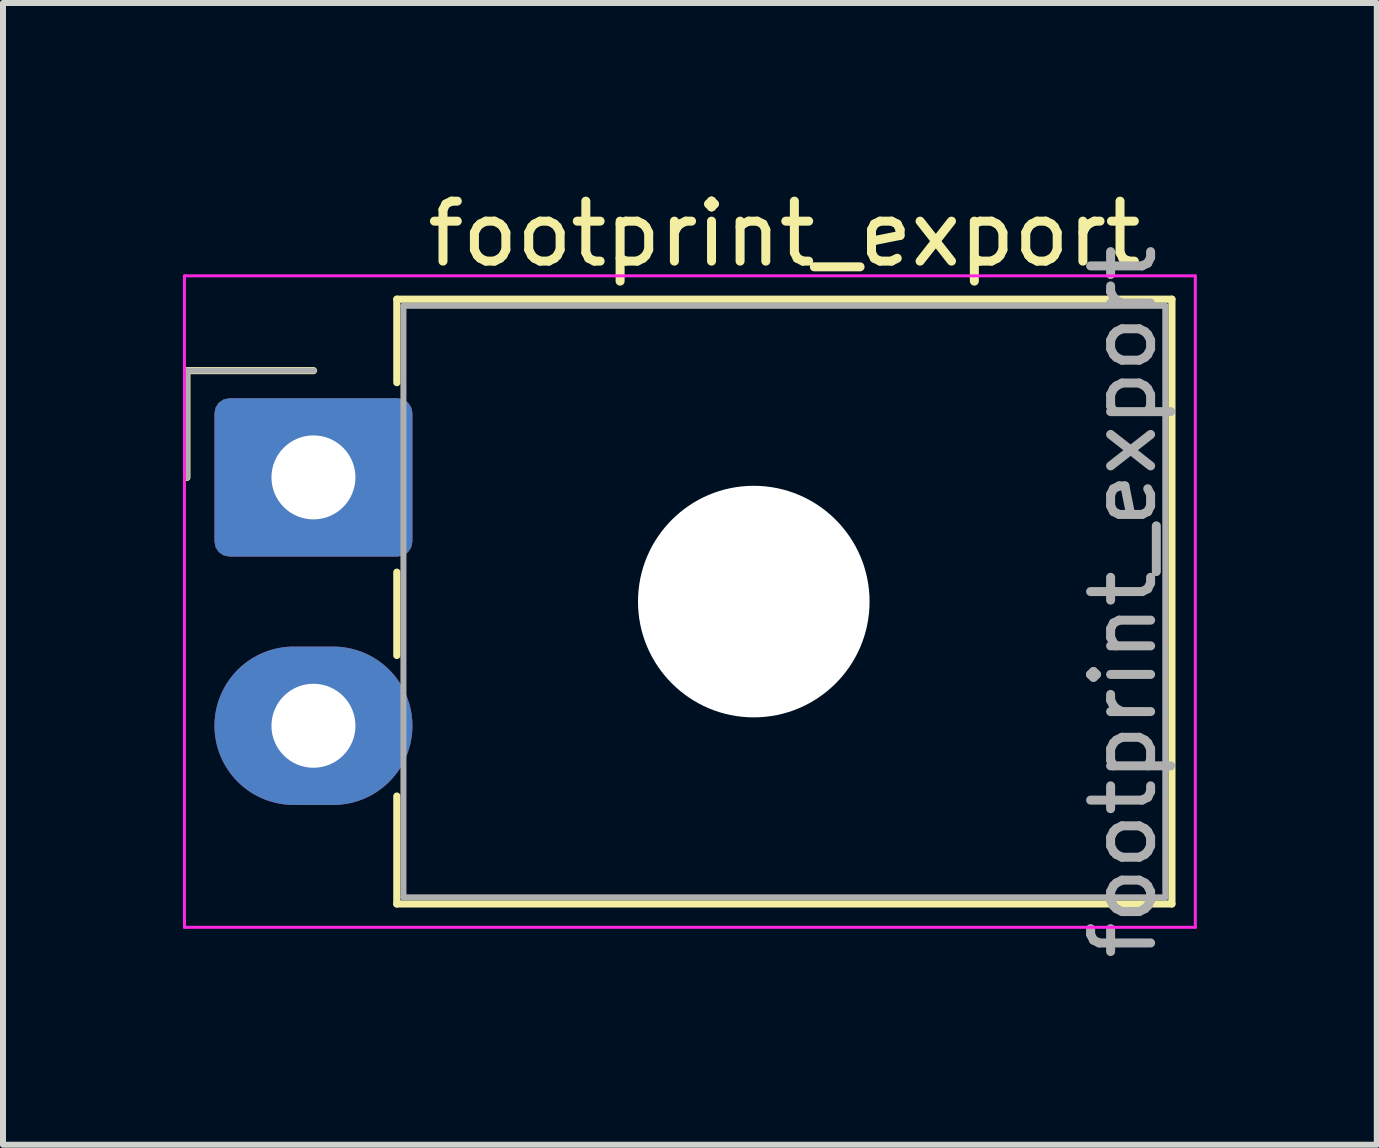
<source format=kicad_pcb>
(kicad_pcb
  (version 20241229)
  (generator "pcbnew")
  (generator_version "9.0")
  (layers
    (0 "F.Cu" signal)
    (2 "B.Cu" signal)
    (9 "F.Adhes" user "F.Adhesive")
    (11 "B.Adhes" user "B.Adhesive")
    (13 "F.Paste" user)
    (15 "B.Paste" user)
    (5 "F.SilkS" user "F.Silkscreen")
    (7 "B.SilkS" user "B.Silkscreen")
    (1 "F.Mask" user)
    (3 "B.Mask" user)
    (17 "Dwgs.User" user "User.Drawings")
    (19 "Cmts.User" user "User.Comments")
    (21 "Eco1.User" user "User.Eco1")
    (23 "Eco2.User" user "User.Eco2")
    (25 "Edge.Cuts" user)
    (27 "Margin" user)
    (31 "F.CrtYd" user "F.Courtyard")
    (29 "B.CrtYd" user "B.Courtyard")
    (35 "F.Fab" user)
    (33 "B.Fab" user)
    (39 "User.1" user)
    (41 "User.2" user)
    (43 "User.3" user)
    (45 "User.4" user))
  (footprint "footprint_export"
    (layer "F.Cu")
    (at 2.175 4.908)
    (property "Reference" "footprint_export" (at 7.85 -4.06 0) (layer "F.SilkS") (effects (font (size 1 1) (thickness 0.15))))
    (attr through_hole)
    (fp_line (start -2.11 -1.78) (end -2.11 0) (stroke (width 0.12) (type solid)) (layer "F.SilkS"))
    (fp_line (start 0 -1.78) (end -2.11 -1.78) (stroke (width 0.12) (type solid)) (layer "F.SilkS"))
    (fp_line (start 1.39 -2.97) (end 14.31 -2.97) (stroke (width 0.12) (type solid)) (layer "F.SilkS"))
    (fp_line (start 1.39 -1.58) (end 1.39 -2.97) (stroke (width 0.12) (type solid)) (layer "F.SilkS"))
    (fp_line (start 1.39 1.58) (end 1.39 2.968) (stroke (width 0.12) (type solid)) (layer "F.SilkS"))
    (fp_line (start 1.39 7.11) (end 1.39 5.312) (stroke (width 0.12) (type solid)) (layer "F.SilkS"))
    (fp_line (start 14.31 -2.97) (end 14.31 7.11) (stroke (width 0.12) (type solid)) (layer "F.SilkS"))
    (fp_line (start 14.31 7.11) (end 1.39 7.11) (stroke (width 0.12) (type solid)) (layer "F.SilkS"))
    (fp_line (start -2.15 -3.36) (end -2.15 7.5) (stroke (width 0.05) (type solid)) (layer "F.CrtYd"))
    (fp_line (start -2.15 7.5) (end 14.7 7.5) (stroke (width 0.05) (type solid)) (layer "F.CrtYd"))
    (fp_line (start 14.7 -3.36) (end -2.15 -3.36) (stroke (width 0.05) (type solid)) (layer "F.CrtYd"))
    (fp_line (start 14.7 7.5) (end 14.7 -3.36) (stroke (width 0.05) (type solid)) (layer "F.CrtYd"))
    (fp_line (start -2.11 -1.78) (end -2.11 0) (stroke (width 0.1) (type solid)) (layer "F.Fab"))
    (fp_line (start 0 -1.78) (end -2.11 -1.78) (stroke (width 0.1) (type solid)) (layer "F.Fab"))
    (fp_line (start 1.5 -2.86) (end 1.5 7) (stroke (width 0.1) (type solid)) (layer "F.Fab"))
    (fp_line (start 1.5 7) (end 14.2 7) (stroke (width 0.1) (type solid)) (layer "F.Fab"))
    (fp_line (start 14.2 -2.86) (end 1.5 -2.86) (stroke (width 0.1) (type solid)) (layer "F.Fab"))
    (fp_line (start 14.2 7) (end 14.2 -2.86) (stroke (width 0.1) (type solid)) (layer "F.Fab"))
    (fp_text user "${REFERENCE}" (at 13.5 2.07 90) (layer "F.Fab") (effects (font (size 1 1) (thickness 0.15))))
    (pad "" np_thru_hole circle (at 7.34 2.07) (size 3.86 3.86) (drill 3.86) (layers "*.Cu" "*.Mask"))
    (pad "1" thru_hole roundrect (at 0 0) (size 3.3 2.64) (drill 1.4) (layers "*.Cu" "*.Mask") (roundrect_rratio 0.095))
    (pad "2" thru_hole oval (at 0 4.14) (size 3.3 2.64) (drill 1.4) (layers "*.Cu" "*.Mask")))
  (gr_rect
    (start -3 -3)
    (end 19.9 16.032)
    (stroke (width 0.1) (type default))
    (fill no)
    (layer "Edge.Cuts")))
</source>
